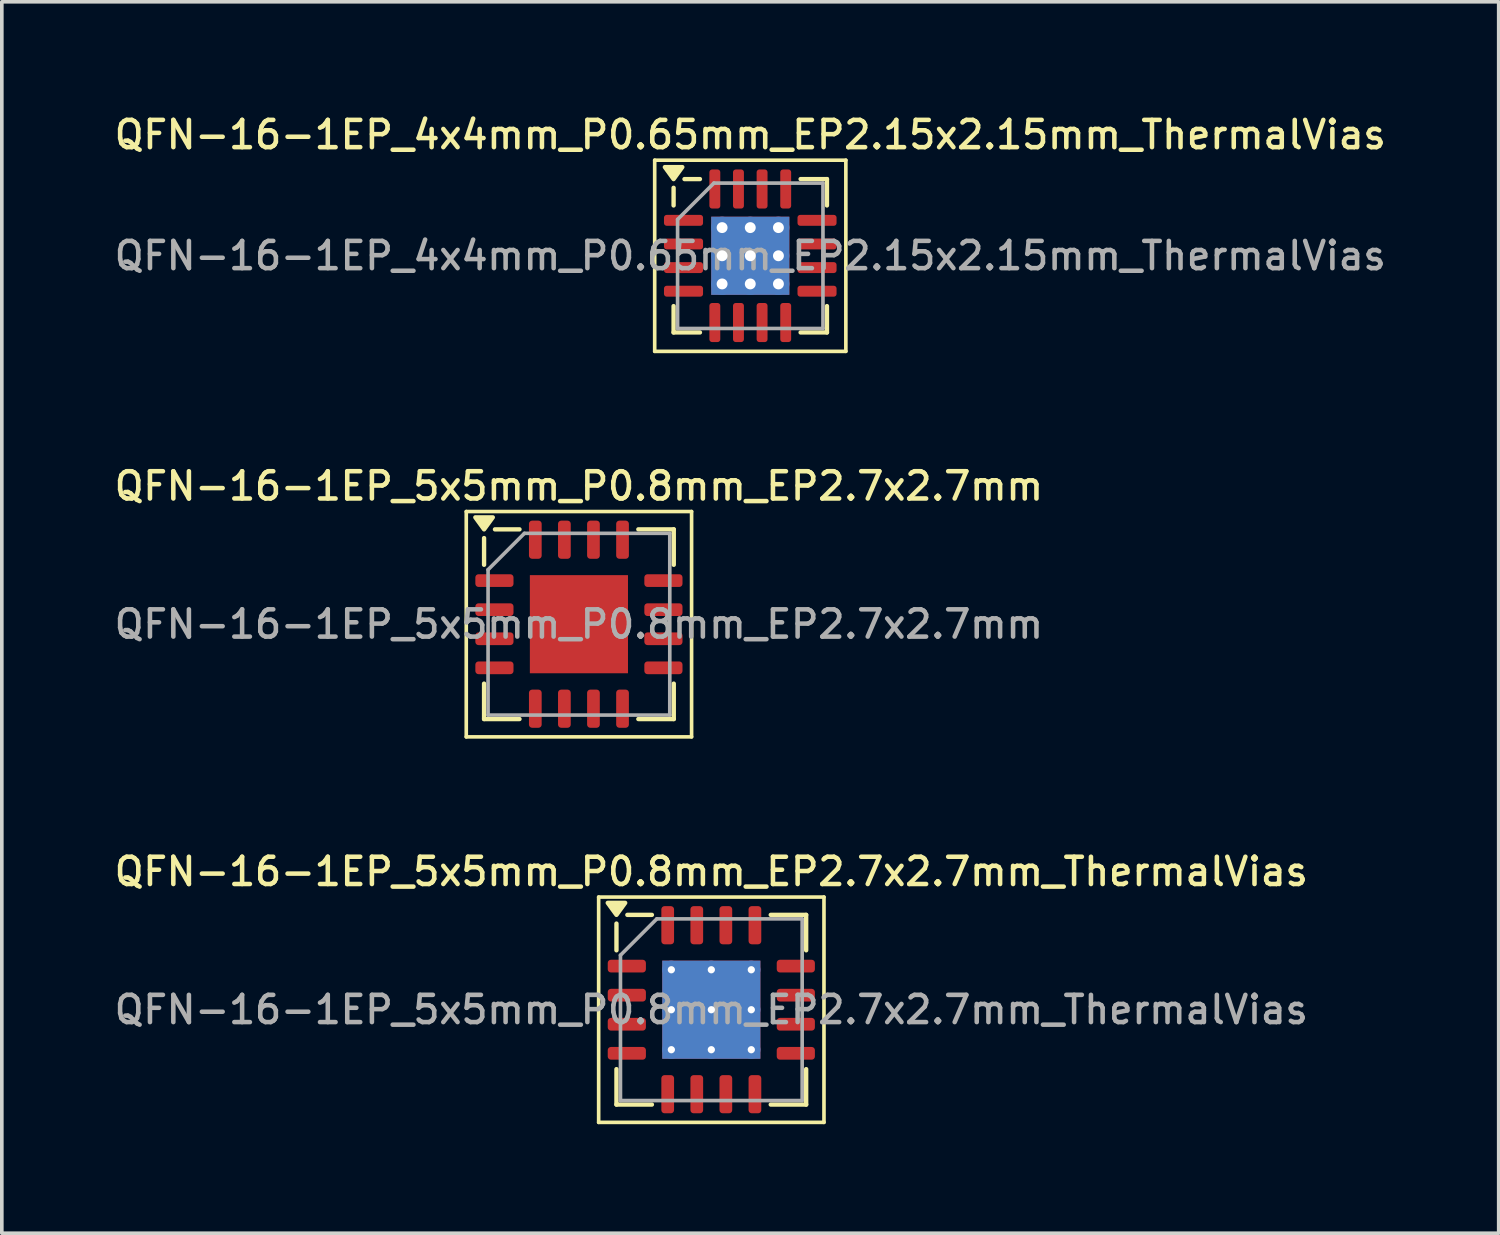
<source format=kicad_pcb>
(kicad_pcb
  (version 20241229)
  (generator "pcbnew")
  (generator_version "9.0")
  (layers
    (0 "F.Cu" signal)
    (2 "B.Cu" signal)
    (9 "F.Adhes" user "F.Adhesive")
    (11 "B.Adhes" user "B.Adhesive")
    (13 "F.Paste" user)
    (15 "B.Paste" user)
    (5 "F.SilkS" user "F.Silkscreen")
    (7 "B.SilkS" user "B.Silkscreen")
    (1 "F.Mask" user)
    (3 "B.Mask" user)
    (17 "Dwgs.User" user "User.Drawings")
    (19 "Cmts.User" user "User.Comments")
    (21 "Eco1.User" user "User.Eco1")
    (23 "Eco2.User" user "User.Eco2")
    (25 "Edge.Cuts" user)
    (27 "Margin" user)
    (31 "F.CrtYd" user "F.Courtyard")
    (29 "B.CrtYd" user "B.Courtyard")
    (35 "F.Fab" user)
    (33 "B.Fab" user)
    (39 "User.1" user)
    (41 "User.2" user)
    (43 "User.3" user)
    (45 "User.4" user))
  (footprint "QFN-16-1EP_5x5mm_P0.8mm_EP2.7x2.7mm_ThermalVias"
    (layer "F.Cu")
    (at 16.523 24.734)
    (property "Reference" "QFN-16-1EP_5x5mm_P0.8mm_EP2.7x2.7mm_ThermalVias" (at 0 -3.8 0) (layer "F.SilkS") (effects (font (size 0.75 0.75) (thickness 0.125))))
    (attr smd)
    (fp_line (start -3.1 -3.1) (end -3.1 3.1) (stroke (width 0.1) (type solid)) (layer "F.SilkS"))
    (fp_line (start -3.1 3.1) (end 3.1 3.1) (stroke (width 0.1) (type solid)) (layer "F.SilkS"))
    (fp_line (start -2.61 -1.635) (end -2.61 -2.37) (stroke (width 0.12) (type solid)) (layer "F.SilkS"))
    (fp_line (start -2.61 2.61) (end -2.61 1.635) (stroke (width 0.12) (type solid)) (layer "F.SilkS"))
    (fp_line (start -1.635 -2.61) (end -2.31 -2.61) (stroke (width 0.12) (type solid)) (layer "F.SilkS"))
    (fp_line (start -1.635 2.61) (end -2.61 2.61) (stroke (width 0.12) (type solid)) (layer "F.SilkS"))
    (fp_line (start 1.635 -2.61) (end 2.61 -2.61) (stroke (width 0.12) (type solid)) (layer "F.SilkS"))
    (fp_line (start 1.635 2.61) (end 2.61 2.61) (stroke (width 0.12) (type solid)) (layer "F.SilkS"))
    (fp_line (start 2.61 -2.61) (end 2.61 -1.635) (stroke (width 0.12) (type solid)) (layer "F.SilkS"))
    (fp_line (start 2.61 2.61) (end 2.61 1.635) (stroke (width 0.12) (type solid)) (layer "F.SilkS"))
    (fp_line (start 3.1 -3.1) (end -3.1 -3.1) (stroke (width 0.1) (type solid)) (layer "F.SilkS"))
    (fp_line (start 3.1 3.1) (end 3.1 -3.1) (stroke (width 0.1) (type solid)) (layer "F.SilkS"))
    (fp_poly (pts (xy -2.61 -2.61) (xy -2.85 -2.94) (xy -2.37 -2.94) (xy -2.61 -2.61)) (stroke (width 0.12) (type solid)) (fill yes) (layer "F.SilkS"))
    (fp_line (start -2.5 -1.5) (end -1.5 -2.5) (stroke (width 0.1) (type solid)) (layer "F.Fab"))
    (fp_line (start -2.5 2.5) (end -2.5 -1.5) (stroke (width 0.1) (type solid)) (layer "F.Fab"))
    (fp_line (start -1.5 -2.5) (end 2.5 -2.5) (stroke (width 0.1) (type solid)) (layer "F.Fab"))
    (fp_line (start 2.5 -2.5) (end 2.5 2.5) (stroke (width 0.1) (type solid)) (layer "F.Fab"))
    (fp_line (start 2.5 2.5) (end -2.5 2.5) (stroke (width 0.1) (type solid)) (layer "F.Fab"))
    (fp_text user "${REFERENCE}" (at 0 0 0) (layer "F.Fab") (effects (font (size 0.75 0.75) (thickness 0.125))))
    (pad "" smd roundrect (at -0.675 -0.675) (size 1.17 1.17) (layers "F.Paste") (roundrect_rratio 0.214))
    (pad "" smd roundrect (at -0.675 0.675) (size 1.17 1.17) (layers "F.Paste") (roundrect_rratio 0.214))
    (pad "" smd roundrect (at 0.675 -0.675) (size 1.17 1.17) (layers "F.Paste") (roundrect_rratio 0.214))
    (pad "" smd roundrect (at 0.675 0.675) (size 1.17 1.17) (layers "F.Paste") (roundrect_rratio 0.214))
    (pad "1" smd roundrect (at -2.325 -1.2) (size 1.05 0.35) (layers "F.Cu" "F.Mask" "F.Paste") (roundrect_rratio 0.25))
    (pad "2" smd roundrect (at -2.325 -0.4) (size 1.05 0.35) (layers "F.Cu" "F.Mask" "F.Paste") (roundrect_rratio 0.25))
    (pad "3" smd roundrect (at -2.325 0.4) (size 1.05 0.35) (layers "F.Cu" "F.Mask" "F.Paste") (roundrect_rratio 0.25))
    (pad "4" smd roundrect (at -2.325 1.2) (size 1.05 0.35) (layers "F.Cu" "F.Mask" "F.Paste") (roundrect_rratio 0.25))
    (pad "5" smd roundrect (at -1.2 2.325) (size 0.35 1.05) (layers "F.Cu" "F.Mask" "F.Paste") (roundrect_rratio 0.25))
    (pad "6" smd roundrect (at -0.4 2.325) (size 0.35 1.05) (layers "F.Cu" "F.Mask" "F.Paste") (roundrect_rratio 0.25))
    (pad "7" smd roundrect (at 0.4 2.325) (size 0.35 1.05) (layers "F.Cu" "F.Mask" "F.Paste") (roundrect_rratio 0.25))
    (pad "8" smd roundrect (at 1.2 2.325) (size 0.35 1.05) (layers "F.Cu" "F.Mask" "F.Paste") (roundrect_rratio 0.25))
    (pad "9" smd roundrect (at 2.325 1.2) (size 1.05 0.35) (layers "F.Cu" "F.Mask" "F.Paste") (roundrect_rratio 0.25))
    (pad "10" smd roundrect (at 2.325 0.4) (size 1.05 0.35) (layers "F.Cu" "F.Mask" "F.Paste") (roundrect_rratio 0.25))
    (pad "11" smd roundrect (at 2.325 -0.4) (size 1.05 0.35) (layers "F.Cu" "F.Mask" "F.Paste") (roundrect_rratio 0.25))
    (pad "12" smd roundrect (at 2.325 -1.2) (size 1.05 0.35) (layers "F.Cu" "F.Mask" "F.Paste") (roundrect_rratio 0.25))
    (pad "13" smd roundrect (at 1.2 -2.325) (size 0.35 1.05) (layers "F.Cu" "F.Mask" "F.Paste") (roundrect_rratio 0.25))
    (pad "14" smd roundrect (at 0.4 -2.325) (size 0.35 1.05) (layers "F.Cu" "F.Mask" "F.Paste") (roundrect_rratio 0.25))
    (pad "15" smd roundrect (at -0.4 -2.325) (size 0.35 1.05) (layers "F.Cu" "F.Mask" "F.Paste") (roundrect_rratio 0.25))
    (pad "16" smd roundrect (at -1.2 -2.325) (size 0.35 1.05) (layers "F.Cu" "F.Mask" "F.Paste") (roundrect_rratio 0.25))
    (pad "17" thru_hole circle (at -1.1 -1.1) (size 0.5 0.5) (drill 0.2) (property pad_prop_heatsink) (layers "*.Cu"))
    (pad "17" thru_hole circle (at -1.1 0) (size 0.5 0.5) (drill 0.2) (property pad_prop_heatsink) (layers "*.Cu"))
    (pad "17" thru_hole circle (at -1.1 1.1) (size 0.5 0.5) (drill 0.2) (property pad_prop_heatsink) (layers "*.Cu"))
    (pad "17" thru_hole circle (at 0 -1.1) (size 0.5 0.5) (drill 0.2) (property pad_prop_heatsink) (layers "*.Cu"))
    (pad "17" thru_hole circle (at 0 0) (size 0.5 0.5) (drill 0.2) (property pad_prop_heatsink) (layers "*.Cu"))
    (pad "17" smd rect (at 0 0) (size 2.7 2.7) (property pad_prop_heatsink) (layers "F.Cu" "F.Mask"))
    (pad "17" smd rect (at 0 0) (size 2.7 2.7) (property pad_prop_heatsink) (layers "B.Cu"))
    (pad "17" thru_hole circle (at 0 1.1) (size 0.5 0.5) (drill 0.2) (property pad_prop_heatsink) (layers "*.Cu"))
    (pad "17" thru_hole circle (at 1.1 -1.1) (size 0.5 0.5) (drill 0.2) (property pad_prop_heatsink) (layers "*.Cu"))
    (pad "17" thru_hole circle (at 1.1 0) (size 0.5 0.5) (drill 0.2) (property pad_prop_heatsink) (layers "*.Cu"))
    (pad "17" thru_hole circle (at 1.1 1.1) (size 0.5 0.5) (drill 0.2) (property pad_prop_heatsink) (layers "*.Cu")))
  (footprint "QFN-16-1EP_5x5mm_P0.8mm_EP2.7x2.7mm"
    (layer "F.Cu")
    (at 12.88 14.126)
    (property "Reference" "QFN-16-1EP_5x5mm_P0.8mm_EP2.7x2.7mm" (at 0 -3.8 0) (layer "F.SilkS") (effects (font (size 0.75 0.75) (thickness 0.125))))
    (attr smd)
    (fp_line (start -3.1 -3.1) (end -3.1 3.1) (stroke (width 0.1) (type solid)) (layer "F.SilkS"))
    (fp_line (start -3.1 3.1) (end 3.1 3.1) (stroke (width 0.1) (type solid)) (layer "F.SilkS"))
    (fp_line (start -2.61 -1.635) (end -2.61 -2.37) (stroke (width 0.12) (type solid)) (layer "F.SilkS"))
    (fp_line (start -2.61 2.61) (end -2.61 1.635) (stroke (width 0.12) (type solid)) (layer "F.SilkS"))
    (fp_line (start -1.635 -2.61) (end -2.31 -2.61) (stroke (width 0.12) (type solid)) (layer "F.SilkS"))
    (fp_line (start -1.635 2.61) (end -2.61 2.61) (stroke (width 0.12) (type solid)) (layer "F.SilkS"))
    (fp_line (start 1.635 -2.61) (end 2.61 -2.61) (stroke (width 0.12) (type solid)) (layer "F.SilkS"))
    (fp_line (start 1.635 2.61) (end 2.61 2.61) (stroke (width 0.12) (type solid)) (layer "F.SilkS"))
    (fp_line (start 2.61 -2.61) (end 2.61 -1.635) (stroke (width 0.12) (type solid)) (layer "F.SilkS"))
    (fp_line (start 2.61 2.61) (end 2.61 1.635) (stroke (width 0.12) (type solid)) (layer "F.SilkS"))
    (fp_line (start 3.1 -3.1) (end -3.1 -3.1) (stroke (width 0.1) (type solid)) (layer "F.SilkS"))
    (fp_line (start 3.1 3.1) (end 3.1 -3.1) (stroke (width 0.1) (type solid)) (layer "F.SilkS"))
    (fp_poly (pts (xy -2.61 -2.61) (xy -2.85 -2.94) (xy -2.37 -2.94) (xy -2.61 -2.61)) (stroke (width 0.12) (type solid)) (fill yes) (layer "F.SilkS"))
    (fp_line (start -2.5 -1.5) (end -1.5 -2.5) (stroke (width 0.1) (type solid)) (layer "F.Fab"))
    (fp_line (start -2.5 2.5) (end -2.5 -1.5) (stroke (width 0.1) (type solid)) (layer "F.Fab"))
    (fp_line (start -1.5 -2.5) (end 2.5 -2.5) (stroke (width 0.1) (type solid)) (layer "F.Fab"))
    (fp_line (start 2.5 -2.5) (end 2.5 2.5) (stroke (width 0.1) (type solid)) (layer "F.Fab"))
    (fp_line (start 2.5 2.5) (end -2.5 2.5) (stroke (width 0.1) (type solid)) (layer "F.Fab"))
    (fp_text user "${REFERENCE}" (at 0 0 0) (layer "F.Fab") (effects (font (size 0.75 0.75) (thickness 0.125))))
    (pad "" smd roundrect (at -0.675 -0.675) (size 1.09 1.09) (layers "F.Paste") (roundrect_rratio 0.229))
    (pad "" smd roundrect (at -0.675 0.675) (size 1.09 1.09) (layers "F.Paste") (roundrect_rratio 0.229))
    (pad "" smd roundrect (at 0.675 -0.675) (size 1.09 1.09) (layers "F.Paste") (roundrect_rratio 0.229))
    (pad "" smd roundrect (at 0.675 0.675) (size 1.09 1.09) (layers "F.Paste") (roundrect_rratio 0.229))
    (pad "1" smd roundrect (at -2.325 -1.2) (size 1.05 0.35) (layers "F.Cu" "F.Mask" "F.Paste") (roundrect_rratio 0.25))
    (pad "2" smd roundrect (at -2.325 -0.4) (size 1.05 0.35) (layers "F.Cu" "F.Mask" "F.Paste") (roundrect_rratio 0.25))
    (pad "3" smd roundrect (at -2.325 0.4) (size 1.05 0.35) (layers "F.Cu" "F.Mask" "F.Paste") (roundrect_rratio 0.25))
    (pad "4" smd roundrect (at -2.325 1.2) (size 1.05 0.35) (layers "F.Cu" "F.Mask" "F.Paste") (roundrect_rratio 0.25))
    (pad "5" smd roundrect (at -1.2 2.325) (size 0.35 1.05) (layers "F.Cu" "F.Mask" "F.Paste") (roundrect_rratio 0.25))
    (pad "6" smd roundrect (at -0.4 2.325) (size 0.35 1.05) (layers "F.Cu" "F.Mask" "F.Paste") (roundrect_rratio 0.25))
    (pad "7" smd roundrect (at 0.4 2.325) (size 0.35 1.05) (layers "F.Cu" "F.Mask" "F.Paste") (roundrect_rratio 0.25))
    (pad "8" smd roundrect (at 1.2 2.325) (size 0.35 1.05) (layers "F.Cu" "F.Mask" "F.Paste") (roundrect_rratio 0.25))
    (pad "9" smd roundrect (at 2.325 1.2) (size 1.05 0.35) (layers "F.Cu" "F.Mask" "F.Paste") (roundrect_rratio 0.25))
    (pad "10" smd roundrect (at 2.325 0.4) (size 1.05 0.35) (layers "F.Cu" "F.Mask" "F.Paste") (roundrect_rratio 0.25))
    (pad "11" smd roundrect (at 2.325 -0.4) (size 1.05 0.35) (layers "F.Cu" "F.Mask" "F.Paste") (roundrect_rratio 0.25))
    (pad "12" smd roundrect (at 2.325 -1.2) (size 1.05 0.35) (layers "F.Cu" "F.Mask" "F.Paste") (roundrect_rratio 0.25))
    (pad "13" smd roundrect (at 1.2 -2.325) (size 0.35 1.05) (layers "F.Cu" "F.Mask" "F.Paste") (roundrect_rratio 0.25))
    (pad "14" smd roundrect (at 0.4 -2.325) (size 0.35 1.05) (layers "F.Cu" "F.Mask" "F.Paste") (roundrect_rratio 0.25))
    (pad "15" smd roundrect (at -0.4 -2.325) (size 0.35 1.05) (layers "F.Cu" "F.Mask" "F.Paste") (roundrect_rratio 0.25))
    (pad "16" smd roundrect (at -1.2 -2.325) (size 0.35 1.05) (layers "F.Cu" "F.Mask" "F.Paste") (roundrect_rratio 0.25))
    (pad "17" smd rect (at 0 0) (size 2.7 2.7) (property pad_prop_heatsink) (layers "F.Cu" "F.Mask")))
  (footprint "QFN-16-1EP_4x4mm_P0.65mm_EP2.15x2.15mm_ThermalVias"
    (layer "F.Cu")
    (at 17.595 3.988)
    (property "Reference" "QFN-16-1EP_4x4mm_P0.65mm_EP2.15x2.15mm_ThermalVias" (at 0 -3.33 0) (layer "F.SilkS") (effects (font (size 0.75 0.75) (thickness 0.125))))
    (attr smd)
    (fp_line (start -2.63 -2.63) (end -2.63 2.63) (stroke (width 0.1) (type solid)) (layer "F.SilkS"))
    (fp_line (start -2.63 2.63) (end 2.63 2.63) (stroke (width 0.1) (type solid)) (layer "F.SilkS"))
    (fp_line (start -2.11 -1.385) (end -2.11 -1.87) (stroke (width 0.12) (type solid)) (layer "F.SilkS"))
    (fp_line (start -2.11 2.11) (end -2.11 1.385) (stroke (width 0.12) (type solid)) (layer "F.SilkS"))
    (fp_line (start -1.385 -2.11) (end -1.81 -2.11) (stroke (width 0.12) (type solid)) (layer "F.SilkS"))
    (fp_line (start -1.385 2.11) (end -2.11 2.11) (stroke (width 0.12) (type solid)) (layer "F.SilkS"))
    (fp_line (start 1.385 -2.11) (end 2.11 -2.11) (stroke (width 0.12) (type solid)) (layer "F.SilkS"))
    (fp_line (start 1.385 2.11) (end 2.11 2.11) (stroke (width 0.12) (type solid)) (layer "F.SilkS"))
    (fp_line (start 2.11 -2.11) (end 2.11 -1.385) (stroke (width 0.12) (type solid)) (layer "F.SilkS"))
    (fp_line (start 2.11 2.11) (end 2.11 1.385) (stroke (width 0.12) (type solid)) (layer "F.SilkS"))
    (fp_line (start 2.63 -2.63) (end -2.63 -2.63) (stroke (width 0.1) (type solid)) (layer "F.SilkS"))
    (fp_line (start 2.63 2.63) (end 2.63 -2.63) (stroke (width 0.1) (type solid)) (layer "F.SilkS"))
    (fp_poly (pts (xy -2.11 -2.11) (xy -2.35 -2.44) (xy -1.87 -2.44) (xy -2.11 -2.11)) (stroke (width 0.12) (type solid)) (fill yes) (layer "F.SilkS"))
    (fp_line (start -2 -1) (end -1 -2) (stroke (width 0.1) (type solid)) (layer "F.Fab"))
    (fp_line (start -2 2) (end -2 -1) (stroke (width 0.1) (type solid)) (layer "F.Fab"))
    (fp_line (start -1 -2) (end 2 -2) (stroke (width 0.1) (type solid)) (layer "F.Fab"))
    (fp_line (start 2 -2) (end 2 2) (stroke (width 0.1) (type solid)) (layer "F.Fab"))
    (fp_line (start 2 2) (end -2 2) (stroke (width 0.1) (type solid)) (layer "F.Fab"))
    (fp_text user "${REFERENCE}" (at 0 0 0) (layer "F.Fab") (effects (font (size 0.75 0.75) (thickness 0.125))))
    (pad "" smd roundrect (at -0.54 -0.54) (size 0.93 0.93) (layers "F.Paste") (roundrect_rratio 0.25))
    (pad "" smd roundrect (at -0.54 0.54) (size 0.93 0.93) (layers "F.Paste") (roundrect_rratio 0.25))
    (pad "" smd roundrect (at 0.54 -0.54) (size 0.93 0.93) (layers "F.Paste") (roundrect_rratio 0.25))
    (pad "" smd roundrect (at 0.54 0.54) (size 0.93 0.93) (layers "F.Paste") (roundrect_rratio 0.25))
    (pad "1" smd roundrect (at -1.837 -0.975) (size 1.075 0.3) (layers "F.Cu" "F.Mask" "F.Paste") (roundrect_rratio 0.25))
    (pad "2" smd roundrect (at -1.837 -0.325) (size 1.075 0.3) (layers "F.Cu" "F.Mask" "F.Paste") (roundrect_rratio 0.25))
    (pad "3" smd roundrect (at -1.837 0.325) (size 1.075 0.3) (layers "F.Cu" "F.Mask" "F.Paste") (roundrect_rratio 0.25))
    (pad "4" smd roundrect (at -1.837 0.975) (size 1.075 0.3) (layers "F.Cu" "F.Mask" "F.Paste") (roundrect_rratio 0.25))
    (pad "5" smd roundrect (at -0.975 1.837) (size 0.3 1.075) (layers "F.Cu" "F.Mask" "F.Paste") (roundrect_rratio 0.25))
    (pad "6" smd roundrect (at -0.325 1.837) (size 0.3 1.075) (layers "F.Cu" "F.Mask" "F.Paste") (roundrect_rratio 0.25))
    (pad "7" smd roundrect (at 0.325 1.837) (size 0.3 1.075) (layers "F.Cu" "F.Mask" "F.Paste") (roundrect_rratio 0.25))
    (pad "8" smd roundrect (at 0.975 1.837) (size 0.3 1.075) (layers "F.Cu" "F.Mask" "F.Paste") (roundrect_rratio 0.25))
    (pad "9" smd roundrect (at 1.837 0.975) (size 1.075 0.3) (layers "F.Cu" "F.Mask" "F.Paste") (roundrect_rratio 0.25))
    (pad "10" smd roundrect (at 1.837 0.325) (size 1.075 0.3) (layers "F.Cu" "F.Mask" "F.Paste") (roundrect_rratio 0.25))
    (pad "11" smd roundrect (at 1.837 -0.325) (size 1.075 0.3) (layers "F.Cu" "F.Mask" "F.Paste") (roundrect_rratio 0.25))
    (pad "12" smd roundrect (at 1.837 -0.975) (size 1.075 0.3) (layers "F.Cu" "F.Mask" "F.Paste") (roundrect_rratio 0.25))
    (pad "13" smd roundrect (at 0.975 -1.837) (size 0.3 1.075) (layers "F.Cu" "F.Mask" "F.Paste") (roundrect_rratio 0.25))
    (pad "14" smd roundrect (at 0.325 -1.837) (size 0.3 1.075) (layers "F.Cu" "F.Mask" "F.Paste") (roundrect_rratio 0.25))
    (pad "15" smd roundrect (at -0.325 -1.837) (size 0.3 1.075) (layers "F.Cu" "F.Mask" "F.Paste") (roundrect_rratio 0.25))
    (pad "16" smd roundrect (at -0.975 -1.837) (size 0.3 1.075) (layers "F.Cu" "F.Mask" "F.Paste") (roundrect_rratio 0.25))
    (pad "17" thru_hole circle (at -0.775 -0.775) (size 0.6 0.6) (drill 0.3) (property pad_prop_heatsink) (layers "*.Cu"))
    (pad "17" thru_hole circle (at -0.775 0) (size 0.6 0.6) (drill 0.3) (property pad_prop_heatsink) (layers "*.Cu"))
    (pad "17" thru_hole circle (at -0.775 0.775) (size 0.6 0.6) (drill 0.3) (property pad_prop_heatsink) (layers "*.Cu"))
    (pad "17" thru_hole circle (at 0 -0.775) (size 0.6 0.6) (drill 0.3) (property pad_prop_heatsink) (layers "*.Cu"))
    (pad "17" thru_hole circle (at 0 0) (size 0.6 0.6) (drill 0.3) (property pad_prop_heatsink) (layers "*.Cu"))
    (pad "17" smd rect (at 0 0) (size 2.15 2.15) (property pad_prop_heatsink) (layers "F.Cu" "F.Mask"))
    (pad "17" smd rect (at 0 0) (size 2.15 2.15) (property pad_prop_heatsink) (layers "B.Cu"))
    (pad "17" thru_hole circle (at 0 0.775) (size 0.6 0.6) (drill 0.3) (property pad_prop_heatsink) (layers "*.Cu"))
    (pad "17" thru_hole circle (at 0.775 -0.775) (size 0.6 0.6) (drill 0.3) (property pad_prop_heatsink) (layers "*.Cu"))
    (pad "17" thru_hole circle (at 0.775 0) (size 0.6 0.6) (drill 0.3) (property pad_prop_heatsink) (layers "*.Cu"))
    (pad "17" thru_hole circle (at 0.775 0.775) (size 0.6 0.6) (drill 0.3) (property pad_prop_heatsink) (layers "*.Cu")))
  (gr_rect
    (start -3 -3)
    (end 38.189 30.884)
    (stroke (width 0.1) (type default))
    (fill no)
    (layer "Edge.Cuts")))
</source>
